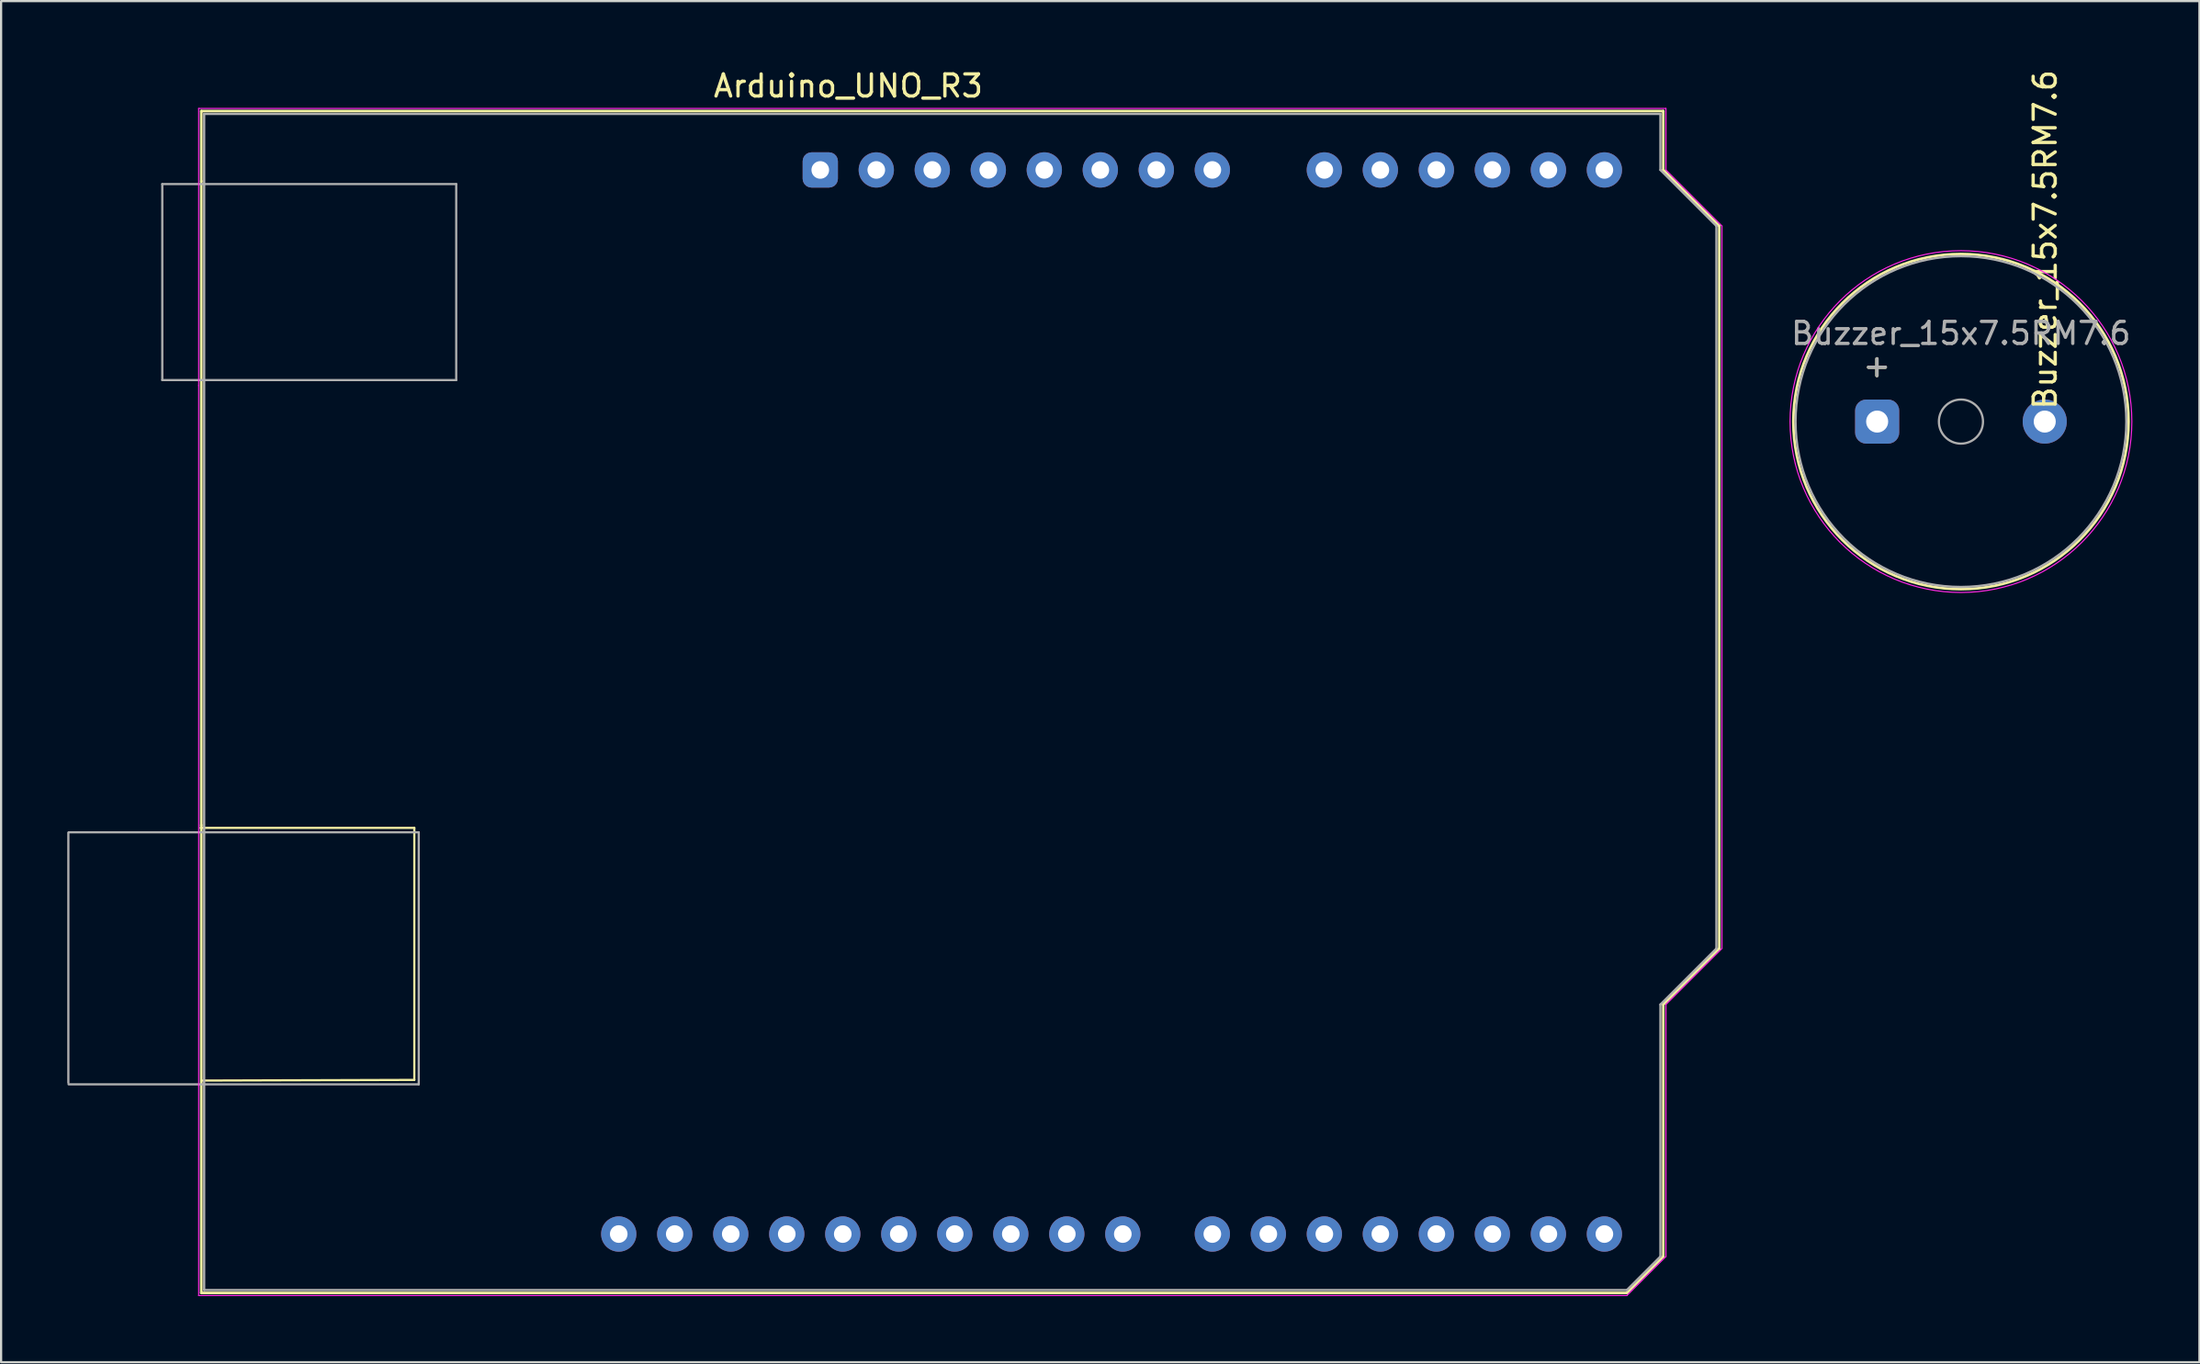
<source format=kicad_pcb>
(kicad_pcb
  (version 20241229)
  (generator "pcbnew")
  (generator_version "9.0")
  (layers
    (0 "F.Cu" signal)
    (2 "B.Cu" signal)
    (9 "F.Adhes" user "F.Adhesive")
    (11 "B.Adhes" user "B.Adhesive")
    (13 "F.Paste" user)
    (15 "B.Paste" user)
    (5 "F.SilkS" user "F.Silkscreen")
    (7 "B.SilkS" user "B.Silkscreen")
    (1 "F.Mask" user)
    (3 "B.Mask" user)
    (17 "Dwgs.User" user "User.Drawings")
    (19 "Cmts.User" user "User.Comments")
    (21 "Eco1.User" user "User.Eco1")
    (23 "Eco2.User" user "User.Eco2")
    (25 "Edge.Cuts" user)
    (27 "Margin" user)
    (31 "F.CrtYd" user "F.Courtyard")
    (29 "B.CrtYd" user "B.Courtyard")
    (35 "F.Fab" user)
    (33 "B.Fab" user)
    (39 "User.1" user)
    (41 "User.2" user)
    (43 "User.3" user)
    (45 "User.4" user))
  (footprint "Arduino_UNO_R3"
    (layer "F.Cu")
    (at 34.15 4.658)
    (property "Reference" "Arduino_UNO_R3" (at 1.27 -3.81 180) (layer "F.SilkS") (effects (font (size 1 1) (thickness 0.15))))
    (attr through_hole)
    (fp_line (start -28.1 29.84) (end -18.41 29.84) (stroke (width 0.1) (type solid)) (layer "F.SilkS"))
    (fp_line (start -28.07 -2.67) (end -28.07 0.51) (stroke (width 0.12) (type solid)) (layer "F.SilkS"))
    (fp_line (start -28.07 0.508) (end -28.07 29.72) (stroke (width 0.12) (type solid)) (layer "F.SilkS"))
    (fp_line (start -28.07 29.718) (end -28.07 50.93) (stroke (width 0.12) (type solid)) (layer "F.SilkS"))
    (fp_line (start -28.07 50.93) (end 36.58 50.93) (stroke (width 0.12) (type solid)) (layer "F.SilkS"))
    (fp_line (start -18.41 29.84) (end -18.41 41.27) (stroke (width 0.1) (type solid)) (layer "F.SilkS"))
    (fp_line (start -18.41 41.27) (end -28 41.3) (stroke (width 0.1) (type solid)) (layer "F.SilkS"))
    (fp_line (start 36.58 50.93) (end 38.23 49.28) (stroke (width 0.12) (type solid)) (layer "F.SilkS"))
    (fp_line (start 38.23 -2.67) (end -28.07 -2.67) (stroke (width 0.12) (type solid)) (layer "F.SilkS"))
    (fp_line (start 38.23 0) (end 38.23 -2.67) (stroke (width 0.12) (type solid)) (layer "F.SilkS"))
    (fp_line (start 38.23 37.85) (end 40.77 35.31) (stroke (width 0.12) (type solid)) (layer "F.SilkS"))
    (fp_line (start 38.23 49.28) (end 38.23 37.85) (stroke (width 0.12) (type solid)) (layer "F.SilkS"))
    (fp_line (start 40.77 2.54) (end 38.23 0) (stroke (width 0.12) (type solid)) (layer "F.SilkS"))
    (fp_line (start 40.77 35.31) (end 40.77 2.54) (stroke (width 0.12) (type solid)) (layer "F.SilkS"))
    (fp_line (start -28.19 -2.79) (end 38.35 -2.79) (stroke (width 0.05) (type solid)) (layer "F.CrtYd"))
    (fp_line (start -28.19 9.78) (end -28.19 -2.79) (stroke (width 0.05) (type solid)) (layer "F.CrtYd"))
    (fp_line (start -28.19 41.53) (end -28.19 9.78) (stroke (width 0.05) (type solid)) (layer "F.CrtYd"))
    (fp_line (start -28.19 51.05) (end -28.19 41.53) (stroke (width 0.05) (type solid)) (layer "F.CrtYd"))
    (fp_line (start 36.58 51.05) (end -28.19 51.05) (stroke (width 0.05) (type solid)) (layer "F.CrtYd"))
    (fp_line (start 38.35 -2.79) (end 38.35 0) (stroke (width 0.05) (type solid)) (layer "F.CrtYd"))
    (fp_line (start 38.35 0) (end 40.89 2.54) (stroke (width 0.05) (type solid)) (layer "F.CrtYd"))
    (fp_line (start 38.35 37.85) (end 38.35 49.28) (stroke (width 0.05) (type solid)) (layer "F.CrtYd"))
    (fp_line (start 38.35 49.28) (end 36.58 51.05) (stroke (width 0.05) (type solid)) (layer "F.CrtYd"))
    (fp_line (start 40.89 2.54) (end 40.89 35.31) (stroke (width 0.05) (type solid)) (layer "F.CrtYd"))
    (fp_line (start 40.89 35.31) (end 38.35 37.85) (stroke (width 0.05) (type solid)) (layer "F.CrtYd"))
    (fp_line (start -34.1 41.4) (end -34.1 30.07) (stroke (width 0.1) (type solid)) (layer "F.Fab"))
    (fp_line (start -34.09 30.04) (end -18.21 30.04) (stroke (width 0.1) (type solid)) (layer "F.Fab"))
    (fp_line (start -29.84 0.64) (end -16.51 0.64) (stroke (width 0.1) (type solid)) (layer "F.Fab"))
    (fp_line (start -29.84 9.53) (end -29.84 0.64) (stroke (width 0.1) (type solid)) (layer "F.Fab"))
    (fp_line (start -27.94 -2.54) (end 38.1 -2.54) (stroke (width 0.1) (type solid)) (layer "F.Fab"))
    (fp_line (start -27.94 50.8) (end -27.94 -2.54) (stroke (width 0.1) (type solid)) (layer "F.Fab"))
    (fp_line (start -18.21 30.04) (end -18.21 41.47) (stroke (width 0.1) (type solid)) (layer "F.Fab"))
    (fp_line (start -18.21 41.47) (end -34.09 41.47) (stroke (width 0.1) (type solid)) (layer "F.Fab"))
    (fp_line (start -16.51 0.64) (end -16.51 9.53) (stroke (width 0.1) (type solid)) (layer "F.Fab"))
    (fp_line (start -16.51 9.53) (end -29.84 9.53) (stroke (width 0.1) (type solid)) (layer "F.Fab"))
    (fp_line (start 36.58 50.8) (end -27.94 50.8) (stroke (width 0.1) (type solid)) (layer "F.Fab"))
    (fp_line (start 38.1 -2.54) (end 38.1 0) (stroke (width 0.1) (type solid)) (layer "F.Fab"))
    (fp_line (start 38.1 0) (end 40.64 2.54) (stroke (width 0.1) (type solid)) (layer "F.Fab"))
    (fp_line (start 38.1 37.85) (end 38.1 49.28) (stroke (width 0.1) (type solid)) (layer "F.Fab"))
    (fp_line (start 38.1 49.28) (end 36.58 50.8) (stroke (width 0.1) (type solid)) (layer "F.Fab"))
    (fp_line (start 40.64 2.54) (end 40.64 35.31) (stroke (width 0.1) (type solid)) (layer "F.Fab"))
    (fp_line (start 40.64 35.31) (end 38.1 37.85) (stroke (width 0.1) (type solid)) (layer "F.Fab"))
    (pad "1" thru_hole roundrect (at 0 0 90) (size 1.6 1.6) (drill 0.8) (layers "*.Cu" "*.Mask") (roundrect_rratio 0.25))
    (pad "2" thru_hole oval (at 2.54 0 90) (size 1.6 1.6) (drill 0.8) (layers "*.Cu" "*.Mask"))
    (pad "3" thru_hole oval (at 5.08 0 90) (size 1.6 1.6) (drill 0.8) (layers "*.Cu" "*.Mask"))
    (pad "4" thru_hole oval (at 7.62 0 90) (size 1.6 1.6) (drill 0.8) (layers "*.Cu" "*.Mask"))
    (pad "5" thru_hole oval (at 10.16 0 90) (size 1.6 1.6) (drill 0.8) (layers "*.Cu" "*.Mask"))
    (pad "6" thru_hole oval (at 12.7 0 90) (size 1.6 1.6) (drill 0.8) (layers "*.Cu" "*.Mask"))
    (pad "7" thru_hole oval (at 15.24 0 90) (size 1.6 1.6) (drill 0.8) (layers "*.Cu" "*.Mask"))
    (pad "8" thru_hole oval (at 17.78 0 90) (size 1.6 1.6) (drill 0.8) (layers "*.Cu" "*.Mask"))
    (pad "9" thru_hole oval (at 22.86 0 90) (size 1.6 1.6) (drill 0.8) (layers "*.Cu" "*.Mask"))
    (pad "10" thru_hole oval (at 25.4 0 90) (size 1.6 1.6) (drill 0.8) (layers "*.Cu" "*.Mask"))
    (pad "11" thru_hole oval (at 27.94 0 90) (size 1.6 1.6) (drill 0.8) (layers "*.Cu" "*.Mask"))
    (pad "12" thru_hole oval (at 30.48 0 90) (size 1.6 1.6) (drill 0.8) (layers "*.Cu" "*.Mask"))
    (pad "13" thru_hole oval (at 33.02 0 90) (size 1.6 1.6) (drill 0.8) (layers "*.Cu" "*.Mask"))
    (pad "14" thru_hole oval (at 35.56 0 90) (size 1.6 1.6) (drill 0.8) (layers "*.Cu" "*.Mask"))
    (pad "15" thru_hole oval (at 35.56 48.26 90) (size 1.6 1.6) (drill 0.8) (layers "*.Cu" "*.Mask"))
    (pad "16" thru_hole oval (at 33.02 48.26 90) (size 1.6 1.6) (drill 0.8) (layers "*.Cu" "*.Mask"))
    (pad "17" thru_hole oval (at 30.48 48.26 90) (size 1.6 1.6) (drill 0.8) (layers "*.Cu" "*.Mask"))
    (pad "18" thru_hole oval (at 27.94 48.26 90) (size 1.6 1.6) (drill 0.8) (layers "*.Cu" "*.Mask"))
    (pad "19" thru_hole oval (at 25.4 48.26 90) (size 1.6 1.6) (drill 0.8) (layers "*.Cu" "*.Mask"))
    (pad "20" thru_hole oval (at 22.86 48.26 90) (size 1.6 1.6) (drill 0.8) (layers "*.Cu" "*.Mask"))
    (pad "21" thru_hole oval (at 20.32 48.26 90) (size 1.6 1.6) (drill 0.8) (layers "*.Cu" "*.Mask"))
    (pad "22" thru_hole oval (at 17.78 48.26 90) (size 1.6 1.6) (drill 0.8) (layers "*.Cu" "*.Mask"))
    (pad "23" thru_hole oval (at 13.72 48.26 90) (size 1.6 1.6) (drill 0.8) (layers "*.Cu" "*.Mask"))
    (pad "24" thru_hole oval (at 11.18 48.26 90) (size 1.6 1.6) (drill 0.8) (layers "*.Cu" "*.Mask"))
    (pad "25" thru_hole oval (at 8.64 48.26 90) (size 1.6 1.6) (drill 0.8) (layers "*.Cu" "*.Mask"))
    (pad "26" thru_hole oval (at 6.1 48.26 90) (size 1.6 1.6) (drill 0.8) (layers "*.Cu" "*.Mask"))
    (pad "27" thru_hole oval (at 3.56 48.26 90) (size 1.6 1.6) (drill 0.8) (layers "*.Cu" "*.Mask"))
    (pad "28" thru_hole oval (at 1.02 48.26 90) (size 1.6 1.6) (drill 0.8) (layers "*.Cu" "*.Mask"))
    (pad "29" thru_hole oval (at -1.52 48.26 90) (size 1.6 1.6) (drill 0.8) (layers "*.Cu" "*.Mask"))
    (pad "30" thru_hole oval (at -4.06 48.26 90) (size 1.6 1.6) (drill 0.8) (layers "*.Cu" "*.Mask"))
    (pad "31" thru_hole oval (at -6.6 48.26 90) (size 1.6 1.6) (drill 0.8) (layers "*.Cu" "*.Mask"))
    (pad "32" thru_hole oval (at -9.14 48.26 90) (size 1.6 1.6) (drill 0.8) (layers "*.Cu" "*.Mask")))
  (footprint "Buzzer_15x7.5RM7.6"
    (layer "F.Cu")
    (at 82.08 16.07)
    (property "Reference" "Buzzer_15x7.5RM7.6" (at 7.62 -8.255 270) (layer "F.SilkS") (effects (font (size 1 1) (thickness 0.15))))
    (attr through_hole)
    (fp_circle (center 3.8 0) (end 11.4 0) (stroke (width 0.12) (type solid)) (fill no) (layer "F.SilkS"))
    (fp_circle (center 3.8 0) (end 11.55 0) (stroke (width 0.05) (type solid)) (fill no) (layer "F.CrtYd"))
    (fp_circle (center 3.8 0) (end 4.8 0) (stroke (width 0.1) (type solid)) (fill no) (layer "F.Fab"))
    (fp_circle (center 3.8 0) (end 11.3 0) (stroke (width 0.1) (type solid)) (fill no) (layer "F.Fab"))
    (fp_text user "+" (at -0.01 -2.54 180) (layer "F.SilkS") (effects (font (size 1 1) (thickness 0.15))))
    (fp_text user "${REFERENCE}" (at 3.8 -4 180) (layer "F.Fab") (effects (font (size 1 1) (thickness 0.15))))
    (fp_text user "+" (at -0.01 -2.54 180) (layer "F.Fab") (effects (font (size 1 1) (thickness 0.15))))
    (pad "1" thru_hole roundrect (at 0 0) (size 2 2) (drill 1) (layers "*.Cu" "*.Mask") (roundrect_rratio 0.25))
    (pad "2" thru_hole circle (at 7.6 0) (size 2 2) (drill 1) (layers "*.Cu" "*.Mask")))
  (gr_rect
    (start -3 -3)
    (end 96.696 58.733)
    (stroke (width 0.1) (type default))
    (fill no)
    (layer "Edge.Cuts")))
</source>
